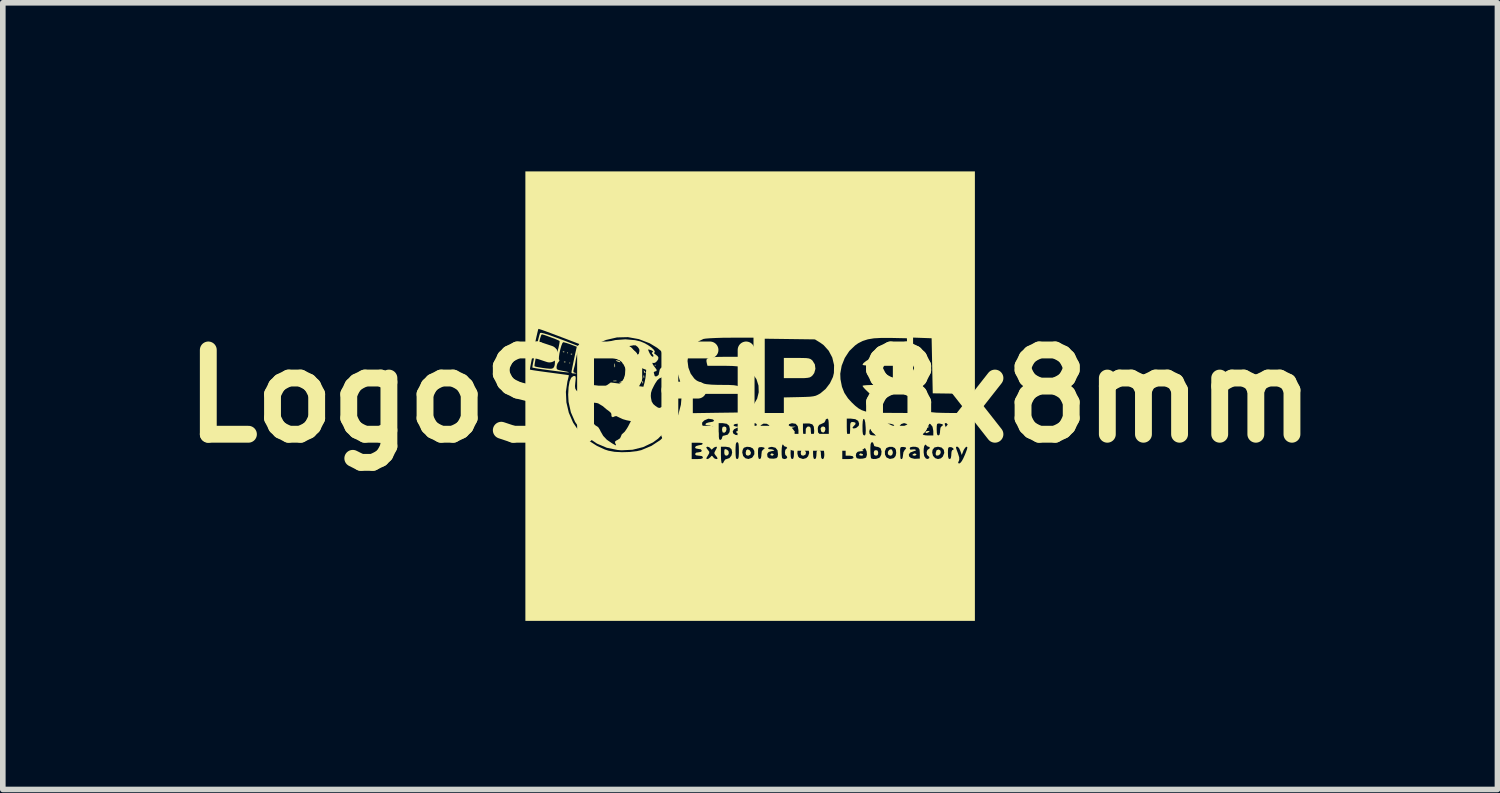
<source format=kicad_pcb>
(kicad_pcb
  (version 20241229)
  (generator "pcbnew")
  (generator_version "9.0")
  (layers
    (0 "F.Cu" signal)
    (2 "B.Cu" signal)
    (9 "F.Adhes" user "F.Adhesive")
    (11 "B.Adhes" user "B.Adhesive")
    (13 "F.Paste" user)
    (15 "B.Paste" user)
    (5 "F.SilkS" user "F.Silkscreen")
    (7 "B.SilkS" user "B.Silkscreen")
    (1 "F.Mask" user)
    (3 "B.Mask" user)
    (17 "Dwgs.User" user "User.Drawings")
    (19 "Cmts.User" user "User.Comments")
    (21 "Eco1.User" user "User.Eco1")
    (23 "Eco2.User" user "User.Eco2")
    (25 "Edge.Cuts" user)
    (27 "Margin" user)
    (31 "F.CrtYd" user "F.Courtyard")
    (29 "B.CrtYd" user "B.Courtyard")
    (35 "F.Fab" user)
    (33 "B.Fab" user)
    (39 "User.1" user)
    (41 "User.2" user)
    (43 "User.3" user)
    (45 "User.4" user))
  (footprint "LogoSPEL_8x8mm"
    (layer "F.Cu")
    (at 10.3 4)
    (property "Reference" "LogoSPEL_8x8mm" (at 0 0 0) (layer "F.SilkS") (effects (font (size 1.5 1.5) (thickness 0.3))))
    (attr board_only exclude_from_pos_files exclude_from_bom)
    (fp_poly (pts (xy -3.52 -0.85) (xy -3.53 -0.84) (xy -3.54 -0.85) (xy -3.53 -0.86)) (stroke (width 0) (type solid)) (fill yes) (layer "F.SilkS"))
    (fp_poly (pts (xy -3.24 -0.77) (xy -3.25 -0.76) (xy -3.26 -0.77) (xy -3.25 -0.78)) (stroke (width 0) (type solid)) (fill yes) (layer "F.SilkS"))
    (fp_poly (pts (xy -3.2 -0.59) (xy -3.21 -0.58) (xy -3.22 -0.59) (xy -3.21 -0.6)) (stroke (width 0) (type solid)) (fill yes) (layer "F.SilkS"))
    (fp_poly (pts (xy -3.02 -0.55) (xy -3.03 -0.54) (xy -3.04 -0.55) (xy -3.03 -0.56)) (stroke (width 0) (type solid)) (fill yes) (layer "F.SilkS"))
    (fp_poly (pts (xy -2.96 -0.69) (xy -2.97 -0.68) (xy -2.98 -0.69) (xy -2.97 -0.7)) (stroke (width 0) (type solid)) (fill yes) (layer "F.SilkS"))
    (fp_poly (pts (xy -1.92 -0.47) (xy -1.93 -0.46) (xy -1.94 -0.47) (xy -1.93 -0.48)) (stroke (width 0) (type solid)) (fill yes) (layer "F.SilkS"))
    (fp_poly (pts (xy -1.68 -0.55) (xy -1.69 -0.54) (xy -1.7 -0.55) (xy -1.69 -0.56)) (stroke (width 0) (type solid)) (fill yes) (layer "F.SilkS"))
    (fp_poly (pts (xy -1.54 -0.67) (xy -1.55 -0.66) (xy -1.56 -0.67) (xy -1.55 -0.68)) (stroke (width 0) (type solid)) (fill yes) (layer "F.SilkS"))
    (fp_poly (pts (xy -3.725 -0.712) (xy -3.731 -0.703) (xy -3.752 -0.702) (xy -3.773 -0.706) (xy -3.764 -0.714) (xy -3.732 -0.716)) (stroke (width 0) (type solid)) (fill yes) (layer "F.SilkS"))
    (fp_poly (pts (xy -3.647 -0.893) (xy -3.649 -0.881) (xy -3.66 -0.88) (xy -3.676 -0.887) (xy -3.673 -0.893) (xy -3.65 -0.896)) (stroke (width 0) (type solid)) (fill yes) (layer "F.SilkS"))
    (fp_poly (pts (xy -3.647 -0.693) (xy -3.649 -0.681) (xy -3.66 -0.68) (xy -3.676 -0.687) (xy -3.673 -0.693) (xy -3.65 -0.696)) (stroke (width 0) (type solid)) (fill yes) (layer "F.SilkS"))
    (fp_poly (pts (xy -3.587 -0.873) (xy -3.589 -0.861) (xy -3.6 -0.86) (xy -3.616 -0.867) (xy -3.613 -0.873) (xy -3.59 -0.876)) (stroke (width 0) (type solid)) (fill yes) (layer "F.SilkS"))
    (fp_poly (pts (xy -3.545 -0.672) (xy -3.551 -0.663) (xy -3.572 -0.662) (xy -3.593 -0.666) (xy -3.584 -0.674) (xy -3.552 -0.676)) (stroke (width 0) (type solid)) (fill yes) (layer "F.SilkS"))
    (fp_poly (pts (xy -3.447 -0.833) (xy -3.449 -0.821) (xy -3.46 -0.82) (xy -3.476 -0.827) (xy -3.473 -0.833) (xy -3.45 -0.836)) (stroke (width 0) (type solid)) (fill yes) (layer "F.SilkS"))
    (fp_poly (pts (xy -3.307 -0.793) (xy -3.309 -0.781) (xy -3.32 -0.78) (xy -3.336 -0.787) (xy -3.333 -0.793) (xy -3.31 -0.796)) (stroke (width 0) (type solid)) (fill yes) (layer "F.SilkS"))
    (fp_poly (pts (xy -3.287 -0.613) (xy -3.289 -0.601) (xy -3.3 -0.6) (xy -3.316 -0.607) (xy -3.313 -0.613) (xy -3.29 -0.616)) (stroke (width 0) (type solid)) (fill yes) (layer "F.SilkS"))
    (fp_poly (pts (xy -3.167 -0.753) (xy -3.169 -0.741) (xy -3.18 -0.74) (xy -3.196 -0.747) (xy -3.193 -0.753) (xy -3.17 -0.756)) (stroke (width 0) (type solid)) (fill yes) (layer "F.SilkS"))
    (fp_poly (pts (xy -3.027 -0.713) (xy -3.029 -0.701) (xy -3.04 -0.7) (xy -3.056 -0.707) (xy -3.053 -0.713) (xy -3.03 -0.716)) (stroke (width 0) (type solid)) (fill yes) (layer "F.SilkS"))
    (fp_poly (pts (xy -2.965 -0.392) (xy -2.971 -0.383) (xy -2.992 -0.382) (xy -3.013 -0.386) (xy -3.004 -0.394) (xy -2.972 -0.396)) (stroke (width 0) (type solid)) (fill yes) (layer "F.SilkS"))
    (fp_poly (pts (xy -2.247 -0.593) (xy -2.249 -0.581) (xy -2.26 -0.58) (xy -2.276 -0.587) (xy -2.273 -0.593) (xy -2.25 -0.596)) (stroke (width 0) (type solid)) (fill yes) (layer "F.SilkS"))
    (fp_poly (pts (xy -2.125 -0.232) (xy -2.131 -0.223) (xy -2.152 -0.222) (xy -2.173 -0.226) (xy -2.164 -0.234) (xy -2.132 -0.236)) (stroke (width 0) (type solid)) (fill yes) (layer "F.SilkS"))
    (fp_poly (pts (xy -2.087 -0.533) (xy -2.089 -0.521) (xy -2.1 -0.52) (xy -2.116 -0.527) (xy -2.113 -0.533) (xy -2.09 -0.536)) (stroke (width 0) (type solid)) (fill yes) (layer "F.SilkS"))
    (fp_poly (pts (xy -1.906 -0.264) (xy -1.904 -0.232) (xy -1.908 -0.225) (xy -1.917 -0.231) (xy -1.918 -0.252) (xy -1.914 -0.273)) (stroke (width 0) (type solid)) (fill yes) (layer "F.SilkS"))
    (fp_poly (pts (xy -1.886 -0.364) (xy -1.884 -0.332) (xy -1.888 -0.325) (xy -1.897 -0.331) (xy -1.898 -0.352) (xy -1.894 -0.373)) (stroke (width 0) (type solid)) (fill yes) (layer "F.SilkS"))
    (fp_poly (pts (xy -1.88 -0.448) (xy -1.878 -0.445) (xy -1.862 -0.419) (xy -1.864 -0.409) (xy -1.879 -0.415) (xy -1.889 -0.434) (xy -1.895 -0.458)) (stroke (width 0) (type solid)) (fill yes) (layer "F.SilkS"))
    (fp_poly (pts (xy 0.794 0.631) (xy 0.786 0.647) (xy 0.754 0.659) (xy 0.731 0.642) (xy 0.737 0.621) (xy 0.749 0.613) (xy 0.78 0.613)) (stroke (width 0) (type solid)) (fill yes) (layer "F.SilkS"))
    (fp_poly (pts (xy -2.407 -0.578) (xy -2.406 -0.575) (xy -2.403 -0.531) (xy -2.407 -0.515) (xy -2.413 -0.514) (xy -2.416 -0.545) (xy -2.416 -0.55) (xy -2.413 -0.581)) (stroke (width 0) (type solid)) (fill yes) (layer "F.SilkS"))
    (fp_poly (pts (xy -2.375 -0.273) (xy -2.374 -0.267) (xy -2.405 -0.264) (xy -2.41 -0.264) (xy -2.441 -0.267) (xy -2.438 -0.273) (xy -2.435 -0.274) (xy -2.391 -0.277)) (stroke (width 0) (type solid)) (fill yes) (layer "F.SilkS"))
    (fp_poly (pts (xy -2.337 -0.629) (xy -2.32 -0.62) (xy -2.304 -0.605) (xy -2.319 -0.603) (xy -2.356 -0.614) (xy -2.37 -0.62) (xy -2.393 -0.634) (xy -2.38 -0.638)) (stroke (width 0) (type solid)) (fill yes) (layer "F.SilkS"))
    (fp_poly (pts (xy -2.032 -0.305) (xy -2.036 -0.272) (xy -2.05 -0.241) (xy -2.06 -0.23) (xy -2.067 -0.24) (xy -2.065 -0.271) (xy -2.052 -0.308) (xy -2.04 -0.32)) (stroke (width 0) (type solid)) (fill yes) (layer "F.SilkS"))
    (fp_poly (pts (xy -0.171 0.623) (xy -0.171 0.633) (xy -0.18 0.64) (xy -0.22 0.658) (xy -0.245 0.647) (xy -0.25 0.64) (xy -0.243 0.626) (xy -0.206 0.62)) (stroke (width 0) (type solid)) (fill yes) (layer "F.SilkS"))
    (fp_poly (pts (xy 0.292 0.548) (xy 0.3 0.56) (xy 0.283 0.576) (xy 0.26 0.58) (xy 0.228 0.572) (xy 0.22 0.56) (xy 0.237 0.544) (xy 0.26 0.54)) (stroke (width 0) (type solid)) (fill yes) (layer "F.SilkS"))
    (fp_poly (pts (xy 0.417 1.031) (xy 0.42 1.04) (xy 0.404 1.058) (xy 0.39 1.06) (xy 0.363 1.049) (xy 0.36 1.04) (xy 0.376 1.022) (xy 0.39 1.02)) (stroke (width 0) (type solid)) (fill yes) (layer "F.SilkS"))
    (fp_poly (pts (xy 2.003 1.032) (xy 2.01 1.04) (xy 2.004 1.056) (xy 1.981 1.06) (xy 1.948 1.052) (xy 1.94 1.04) (xy 1.956 1.022) (xy 1.969 1.02)) (stroke (width 0) (type solid)) (fill yes) (layer "F.SilkS"))
    (fp_poly (pts (xy 2.254 0.623) (xy 2.247 0.635) (xy 2.24 0.64) (xy 2.199 0.659) (xy 2.181 0.647) (xy 2.18 0.64) (xy 2.197 0.625) (xy 2.225 0.62)) (stroke (width 0) (type solid)) (fill yes) (layer "F.SilkS"))
    (fp_poly (pts (xy 2.271 0.972) (xy 2.28 1.01) (xy 2.271 1.049) (xy 2.24 1.06) (xy 2.209 1.048) (xy 2.2 1.01) (xy 2.209 0.971) (xy 2.24 0.96)) (stroke (width 0) (type solid)) (fill yes) (layer "F.SilkS"))
    (fp_poly (pts (xy 2.772 0.548) (xy 2.78 0.56) (xy 2.763 0.576) (xy 2.74 0.58) (xy 2.708 0.572) (xy 2.7 0.56) (xy 2.717 0.544) (xy 2.74 0.54)) (stroke (width 0) (type solid)) (fill yes) (layer "F.SilkS"))
    (fp_poly (pts (xy 2.957 1.031) (xy 2.96 1.04) (xy 2.943 1.056) (xy 2.919 1.06) (xy 2.891 1.052) (xy 2.89 1.04) (xy 2.919 1.022) (xy 2.931 1.02)) (stroke (width 0) (type solid)) (fill yes) (layer "F.SilkS"))
    (fp_poly (pts (xy 3.194 0.623) (xy 3.187 0.635) (xy 3.18 0.64) (xy 3.139 0.659) (xy 3.121 0.647) (xy 3.12 0.64) (xy 3.137 0.625) (xy 3.165 0.62)) (stroke (width 0) (type solid)) (fill yes) (layer "F.SilkS"))
    (fp_poly (pts (xy 1.332 0.553) (xy 1.34 0.588) (xy 1.328 0.63) (xy 1.302 0.649) (xy 1.273 0.638) (xy 1.263 0.624) (xy 1.253 0.577) (xy 1.273 0.546) (xy 1.302 0.54)) (stroke (width 0) (type solid)) (fill yes) (layer "F.SilkS"))
    (fp_poly (pts (xy -1.451 -0.601) (xy -1.446 -0.595) (xy -1.436 -0.558) (xy -1.44 -0.52) (xy -1.449 -0.489) (xy -1.457 -0.491) (xy -1.467 -0.529) (xy -1.469 -0.536) (xy -1.477 -0.591) (xy -1.471 -0.613)) (stroke (width 0) (type solid)) (fill yes) (layer "F.SilkS"))
    (fp_poly (pts (xy -0.428 0.552) (xy -0.42 0.588) (xy -0.431 0.628) (xy -0.457 0.651) (xy -0.486 0.647) (xy -0.488 0.645) (xy -0.497 0.618) (xy -0.5 0.587) (xy -0.489 0.549) (xy -0.46 0.54)) (stroke (width 0) (type solid)) (fill yes) (layer "F.SilkS"))
    (fp_poly (pts (xy -0.006 0.965) (xy -0.005 0.966) (xy 0.015 1.006) (xy 0.004 1.042) (xy -0.034 1.06) (xy -0.039 1.06) (xy -0.071 1.048) (xy -0.08 1.011) (xy -0.069 0.963) (xy -0.043 0.946)) (stroke (width 0) (type solid)) (fill yes) (layer "F.SilkS"))
    (fp_poly (pts (xy 0.974 0.965) (xy 0.975 0.966) (xy 0.995 1.006) (xy 0.984 1.042) (xy 0.946 1.06) (xy 0.941 1.06) (xy 0.909 1.048) (xy 0.9 1.011) (xy 0.911 0.963) (xy 0.937 0.946)) (stroke (width 0) (type solid)) (fill yes) (layer "F.SilkS"))
    (fp_poly (pts (xy 2.518 0.949) (xy 2.535 0.977) (xy 2.54 1.011) (xy 2.526 1.049) (xy 2.495 1.061) (xy 2.463 1.046) (xy 2.451 1.026) (xy 2.453 0.99) (xy 2.474 0.958) (xy 2.505 0.945)) (stroke (width 0) (type solid)) (fill yes) (layer "F.SilkS"))
    (fp_poly (pts (xy -0.416 0.951) (xy -0.412 0.952) (xy -0.385 0.978) (xy -0.379 1.016) (xy -0.393 1.049) (xy -0.42 1.06) (xy -0.449 1.051) (xy -0.46 1.015) (xy -0.46 1) (xy -0.458 0.956) (xy -0.446 0.942)) (stroke (width 0) (type solid)) (fill yes) (layer "F.SilkS"))
    (fp_poly (pts (xy 3.383 0.964) (xy 3.393 0.996) (xy 3.383 1.031) (xy 3.353 1.054) (xy 3.344 1.057) (xy 3.311 1.056) (xy 3.302 1.033) (xy 3.304 1.007) (xy 3.318 0.963) (xy 3.35 0.95) (xy 3.35 0.95)) (stroke (width 0) (type solid)) (fill yes) (layer "F.SilkS"))
    (fp_poly (pts (xy -2.015 -0.507) (xy -1.999 -0.49) (xy -2 -0.459) (xy -2.014 -0.41) (xy -2.04 -0.33) (xy -2.028 -0.415) (xy -2.024 -0.473) (xy -2.034 -0.498) (xy -2.042 -0.5) (xy -2.057 -0.507) (xy -2.055 -0.512) (xy -2.03 -0.513)) (stroke (width 0) (type solid)) (fill yes) (layer "F.SilkS"))
    (fp_poly (pts (xy 0.931 -0.679) (xy 0.999 -0.677) (xy 1.044 -0.671) (xy 1.075 -0.66) (xy 1.098 -0.643) (xy 1.111 -0.631) (xy 1.152 -0.564) (xy 1.162 -0.486) (xy 1.141 -0.411) (xy 1.111 -0.369) (xy 1.087 -0.348) (xy 1.062 -0.334) (xy 1.025 -0.326) (xy 0.97 -0.321) (xy 0.888 -0.32) (xy 0.831 -0.32) (xy 0.6 -0.32) (xy 0.6 -0.5) (xy 0.6 -0.68) (xy 0.831 -0.68)) (stroke (width 0) (type solid)) (fill yes) (layer "F.SilkS"))
    (fp_poly (pts (xy -2.186 -0.574) (xy -2.16 -0.56) (xy -2.145 -0.544) (xy -2.151 -0.54) (xy -2.164 -0.522) (xy -2.181 -0.476) (xy -2.198 -0.413) (xy -2.214 -0.344) (xy -2.223 -0.281) (xy -2.225 -0.265) (xy -2.244 -0.247) (xy -2.288 -0.242) (xy -2.328 -0.244) (xy -2.33 -0.249) (xy -2.301 -0.258) (xy -2.272 -0.273) (xy -2.251 -0.304) (xy -2.232 -0.363) (xy -2.226 -0.391) (xy -2.212 -0.46) (xy -2.206 -0.518) (xy -2.207 -0.545) (xy -2.208 -0.575)) (stroke (width 0) (type solid)) (fill yes) (layer "F.SilkS"))
    (fp_poly (pts (xy -2.844 -0.816) (xy -2.836 -0.809) (xy -2.836 -0.787) (xy -2.843 -0.735) (xy -2.855 -0.665) (xy -2.871 -0.587) (xy -2.888 -0.51) (xy -2.904 -0.445) (xy -2.918 -0.401) (xy -2.923 -0.39) (xy -2.928 -0.398) (xy -2.923 -0.434) (xy -2.921 -0.447) (xy -2.913 -0.497) (xy -2.923 -0.52) (xy -2.937 -0.527) (xy -2.959 -0.534) (xy -2.942 -0.537) (xy -2.936 -0.538) (xy -2.912 -0.553) (xy -2.892 -0.6) (xy -2.88 -0.651) (xy -2.869 -0.717) (xy -2.865 -0.77) (xy -2.868 -0.791) (xy -2.866 -0.817)) (stroke (width 0) (type solid)) (fill yes) (layer "F.SilkS"))
    (fp_poly (pts (xy -3.665 -1.115) (xy -3.581 -1.089) (xy -3.464 -1.047) (xy -3.312 -0.99) (xy -3.193 -0.944) (xy -3.088 -0.903) (xy -3.002 -0.868) (xy -2.941 -0.843) (xy -2.91 -0.828) (xy -2.907 -0.826) (xy -2.929 -0.827) (xy -2.969 -0.839) (xy -3.014 -0.854) (xy -3.04 -0.86) (xy -3.052 -0.842) (xy -3.068 -0.794) (xy -3.086 -0.725) (xy -3.103 -0.645) (xy -3.112 -0.59) (xy -3.122 -0.542) (xy -3.137 -0.486) (xy -3.147 -0.442) (xy -3.138 -0.422) (xy -3.113 -0.414) (xy -3.09 -0.408) (xy -3.103 -0.404) (xy -3.125 -0.403) (xy -3.165 -0.406) (xy -3.18 -0.417) (xy -3.176 -0.45) (xy -3.163 -0.517) (xy -3.143 -0.614) (xy -3.117 -0.736) (xy -3.113 -0.755) (xy -3.085 -0.879) (xy -3.193 -0.92) (xy -3.257 -0.942) (xy -3.307 -0.956) (xy -3.327 -0.96) (xy -3.342 -0.942) (xy -3.36 -0.896) (xy -3.378 -0.834) (xy -3.393 -0.766) (xy -3.402 -0.704) (xy -3.404 -0.659) (xy -3.397 -0.643) (xy -3.394 -0.628) (xy -3.407 -0.613) (xy -3.431 -0.577) (xy -3.444 -0.53) (xy -3.445 -0.498) (xy -3.436 -0.478) (xy -3.408 -0.465) (xy -3.351 -0.453) (xy -3.32 -0.447) (xy -3.261 -0.436) (xy -3.229 -0.427) (xy -3.228 -0.422) (xy -3.23 -0.422) (xy -3.264 -0.424) (xy -3.326 -0.43) (xy -3.409 -0.44) (xy -3.504 -0.452) (xy -3.603 -0.465) (xy -3.697 -0.478) (xy -3.779 -0.49) (xy -3.84 -0.501) (xy -3.873 -0.507) (xy -3.875 -0.509) (xy -3.874 -0.53) (xy -3.873 -0.538) (xy -3.838 -0.538) (xy -3.837 -0.532) (xy -3.812 -0.523) (xy -3.76 -0.513) (xy -3.694 -0.502) (xy -3.626 -0.493) (xy -3.569 -0.488) (xy -3.541 -0.487) (xy -3.504 -0.498) (xy -3.484 -0.532) (xy -3.477 -0.56) (xy -3.473 -0.614) (xy -3.484 -0.642) (xy -3.484 -0.642) (xy -3.491 -0.657) (xy -3.48 -0.663) (xy -3.466 -0.684) (xy -3.448 -0.733) (xy -3.427 -0.798) (xy -3.409 -0.867) (xy -3.396 -0.929) (xy -3.39 -0.971) (xy -3.392 -0.982) (xy -3.412 -0.993) (xy -3.459 -1.013) (xy -3.521 -1.037) (xy -3.589 -1.062) (xy -3.65 -1.084) (xy -3.694 -1.097) (xy -3.707 -1.1) (xy -3.719 -1.083) (xy -3.734 -1.039) (xy -3.741 -1.017) (xy -3.753 -0.961) (xy -3.749 -0.93) (xy -3.737 -0.917) (xy -3.722 -0.904) (xy -3.741 -0.9) (xy -3.759 -0.888) (xy -3.776 -0.849) (xy -3.795 -0.778) (xy -3.808 -0.719) (xy -3.823 -0.639) (xy -3.834 -0.576) (xy -3.838 -0.538) (xy -3.873 -0.538) (xy -3.865 -0.582) (xy -3.85 -0.656) (xy -3.831 -0.745) (xy -3.81 -0.84) (xy -3.789 -0.933) (xy -3.769 -1.016) (xy -3.752 -1.081) (xy -3.74 -1.119) (xy -3.737 -1.124) (xy -3.717 -1.127)) (stroke (width 0) (type solid)) (fill yes) (layer "F.SilkS"))
    (fp_poly (pts (xy -2.047 -0.996) (xy -1.954 -0.974) (xy -1.888 -0.947) (xy -1.822 -0.911) (xy -1.763 -0.871) (xy -1.719 -0.831) (xy -1.696 -0.798) (xy -1.702 -0.779) (xy -1.709 -0.761) (xy -1.685 -0.743) (xy -1.647 -0.712) (xy -1.633 -0.69) (xy -1.636 -0.657) (xy -1.66 -0.621) (xy -1.692 -0.594) (xy -1.72 -0.59) (xy -1.721 -0.59) (xy -1.739 -0.594) (xy -1.736 -0.573) (xy -1.715 -0.538) (xy -1.7 -0.52) (xy -1.666 -0.473) (xy -1.665 -0.447) (xy -1.692 -0.44) (xy -1.715 -0.428) (xy -1.712 -0.408) (xy -1.701 -0.371) (xy -1.7 -0.36) (xy -1.684 -0.351) (xy -1.66 -0.354) (xy -1.628 -0.379) (xy -1.62 -0.42) (xy -1.609 -0.471) (xy -1.597 -0.489) (xy -1.552 -0.489) (xy -1.55 -0.48) (xy -1.528 -0.463) (xy -1.506 -0.46) (xy -1.5 -0.468) (xy -1.516 -0.481) (xy -1.531 -0.488) (xy -1.552 -0.489) (xy -1.597 -0.489) (xy -1.588 -0.502) (xy -1.559 -0.517) (xy -1.524 -0.509) (xy -1.501 -0.497) (xy -1.447 -0.477) (xy -1.416 -0.482) (xy -1.388 -0.484) (xy -1.364 -0.45) (xy -1.362 -0.447) (xy -1.349 -0.404) (xy -1.363 -0.372) (xy -1.379 -0.357) (xy -1.418 -0.331) (xy -1.455 -0.337) (xy -1.459 -0.339) (xy -1.507 -0.349) (xy -1.572 -0.335) (xy -1.617 -0.314) (xy -1.653 -0.281) (xy -1.69 -0.225) (xy -1.711 -0.187) (xy -1.747 -0.114) (xy -1.764 -0.058) (xy -1.768 -0.004) (xy -1.765 0.029) (xy -1.752 0.095) (xy -1.724 0.141) (xy -1.687 0.173) (xy -1.639 0.205) (xy -1.607 0.21) (xy -1.593 0.202) (xy -1.558 0.186) (xy -1.5 0.172) (xy -1.473 0.167) (xy -1.38 0.155) (xy -1.38 0.267) (xy -1.399 0.397) (xy -1.451 0.527) (xy -1.533 0.65) (xy -1.639 0.758) (xy -1.73 0.824) (xy -1.904 0.907) (xy -2.092 0.954) (xy -2.291 0.964) (xy -2.36 0.958) (xy -2.551 0.919) (xy -2.725 0.845) (xy -2.879 0.741) (xy -3.01 0.611) (xy -3.115 0.459) (xy -3.19 0.288) (xy -3.231 0.103) (xy -3.235 0.036) (xy -2.965 0.036) (xy -2.929 0.097) (xy -2.906 0.146) (xy -2.907 0.186) (xy -2.916 0.21) (xy -2.934 0.261) (xy -2.94 0.297) (xy -2.927 0.326) (xy -2.893 0.373) (xy -2.847 0.427) (xy -2.798 0.479) (xy -2.754 0.52) (xy -2.723 0.539) (xy -2.72 0.54) (xy -2.7 0.557) (xy -2.674 0.599) (xy -2.662 0.625) (xy -2.615 0.707) (xy -2.55 0.776) (xy -2.46 0.838) (xy -2.41 0.867) (xy -2.387 0.877) (xy -2.387 0.866) (xy -2.399 0.842) (xy -2.407 0.813) (xy -2.387 0.793) (xy -2.36 0.78) (xy -2.315 0.75) (xy -2.3 0.718) (xy -2.284 0.68) (xy -2.262 0.661) (xy -2.232 0.633) (xy -2.196 0.581) (xy -2.173 0.543) (xy -2.122 0.444) (xy -2.196 0.43) (xy -2.265 0.41) (xy -2.33 0.38) (xy -2.332 0.379) (xy -2.381 0.355) (xy -2.411 0.36) (xy -2.415 0.363) (xy -2.445 0.375) (xy -2.468 0.359) (xy -2.468 0.331) (xy -2.475 0.301) (xy -2.51 0.268) (xy -2.561 0.231) (xy -2.615 0.184) (xy -2.621 0.179) (xy -2.704 0.129) (xy -2.775 0.111) (xy -2.843 0.096) (xy -2.901 0.075) (xy -2.917 0.066) (xy -2.965 0.036) (xy -3.235 0.036) (xy -3.238 -0.029) (xy -3.231 -0.161) (xy -3.213 -0.261) (xy -3.185 -0.327) (xy -3.148 -0.356) (xy -3.144 -0.357) (xy -3.118 -0.358) (xy -3.106 -0.347) (xy -3.104 -0.315) (xy -3.11 -0.253) (xy -3.111 -0.247) (xy -3.117 -0.179) (xy -3.113 -0.138) (xy -3.096 -0.106) (xy -3.064 -0.074) (xy -3.005 -0.017) (xy -3.003 -0.028) (xy -2.753 -0.028) (xy -2.75 -0.02) (xy -2.732 -0.001) (xy -2.729 0) (xy -2.72 -0.015) (xy -2.72 -0.02) (xy -2.735 -0.039) (xy -2.741 -0.04) (xy -2.753 -0.028) (xy -3.003 -0.028) (xy -2.996 -0.066) (xy -2.995 -0.09) (xy -2.86 -0.09) (xy -2.85 -0.08) (xy -2.84 -0.09) (xy -2.85 -0.1) (xy -2.86 -0.09) (xy -2.995 -0.09) (xy -2.994 -0.101) (xy -3.014 -0.107) (xy -3.023 -0.105) (xy -3.048 -0.105) (xy -3.05 -0.11) (xy -2.9 -0.11) (xy -2.89 -0.1) (xy -2.88 -0.11) (xy -2.89 -0.12) (xy -2.9 -0.11) (xy -3.05 -0.11) (xy -3.059 -0.13) (xy -3.06 -0.164) (xy -3.053 -0.217) (xy -3.037 -0.255) (xy -3.036 -0.256) (xy -3.002 -0.275) (xy -2.965 -0.279) (xy -2.942 -0.268) (xy -2.94 -0.26) (xy -2.923 -0.241) (xy -2.89 -0.228) (xy -2.852 -0.207) (xy -2.84 -0.183) (xy -2.836 -0.162) (xy -2.822 -0.178) (xy -2.805 -0.193) (xy -2.773 -0.194) (xy -2.716 -0.184) (xy -2.703 -0.181) (xy -2.64 -0.168) (xy -2.6 -0.168) (xy -2.564 -0.184) (xy -2.541 -0.2) (xy -2.48 -0.243) (xy -2.19 -0.205) (xy -1.9 -0.167) (xy -1.879 -0.242) (xy -1.864 -0.316) (xy -1.855 -0.39) (xy -1.855 -0.393) (xy -1.85 -0.468) (xy -2.1 -0.565) (xy -2.198 -0.602) (xy -2.287 -0.634) (xy -2.359 -0.657) (xy -2.403 -0.669) (xy -2.407 -0.67) (xy -2.459 -0.681) (xy -2.472 -0.693) (xy -2.444 -0.708) (xy -2.424 -0.714) (xy -2.385 -0.728) (xy -2.381 -0.741) (xy -2.312 -0.741) (xy -2.308 -0.702) (xy -2.288 -0.693) (xy -2.277 -0.695) (xy -2.246 -0.715) (xy -2.24 -0.732) (xy -2.256 -0.763) (xy -2.275 -0.777) (xy -2.3 -0.784) (xy -2.31 -0.763) (xy -2.312 -0.741) (xy -2.381 -0.741) (xy -2.38 -0.743) (xy -2.392 -0.756) (xy -2.415 -0.768) (xy -2.42 -0.761) (xy -2.437 -0.746) (xy -2.481 -0.741) (xy -2.539 -0.745) (xy -2.575 -0.753) (xy -2.605 -0.768) (xy -2.609 -0.782) (xy -2.614 -0.798) (xy -2.626 -0.8) (xy -2.51 -0.8) (xy -2.509 -0.782) (xy -2.502 -0.78) (xy -2.474 -0.795) (xy -2.47 -0.8) (xy -2.471 -0.818) (xy -2.478 -0.82) (xy -2.506 -0.805) (xy -2.51 -0.8) (xy -2.626 -0.8) (xy -2.663 -0.814) (xy -2.679 -0.828) (xy -2.718 -0.848) (xy -2.756 -0.847) (xy -2.791 -0.843) (xy -2.796 -0.848) (xy -2.793 -0.85) (xy -2.44 -0.85) (xy -2.43 -0.84) (xy -2.42 -0.85) (xy -2.43 -0.86) (xy -2.44 -0.85) (xy -2.793 -0.85) (xy -2.77 -0.866) (xy -2.744 -0.881) (xy -2.24 -0.881) (xy -2.228 -0.867) (xy -2.219 -0.871) (xy -2.191 -0.869) (xy -2.165 -0.837) (xy -2.146 -0.785) (xy -2.141 -0.735) (xy -2.137 -0.687) (xy -2.13 -0.661) (xy -2.127 -0.66) (xy -2.104 -0.67) (xy -2.061 -0.693) (xy -2.047 -0.702) (xy -2.005 -0.732) (xy -1.981 -0.756) (xy -1.98 -0.76) (xy -1.973 -0.792) (xy -1.97 -0.804) (xy -1.973 -0.831) (xy -1.815 -0.831) (xy -1.811 -0.812) (xy -1.793 -0.772) (xy -1.789 -0.763) (xy -1.761 -0.72) (xy -1.736 -0.7) (xy -1.721 -0.708) (xy -1.72 -0.719) (xy -1.735 -0.746) (xy -1.742 -0.751) (xy -1.751 -0.769) (xy -1.738 -0.781) (xy -1.727 -0.797) (xy -1.752 -0.813) (xy -1.76 -0.817) (xy -1.799 -0.829) (xy -1.815 -0.831) (xy -1.973 -0.831) (xy -1.974 -0.837) (xy -1.999 -0.874) (xy -2.037 -0.904) (xy -2.08 -0.905) (xy -2.099 -0.9) (xy -2.155 -0.891) (xy -2.199 -0.894) (xy -2.232 -0.894) (xy -2.24 -0.881) (xy -2.744 -0.881) (xy -2.72 -0.895) (xy -2.569 -0.959) (xy -2.398 -0.998) (xy -2.22 -1.011)) (stroke (width 0) (type solid)) (fill yes) (layer "F.SilkS"))
    (fp_poly (pts (xy 4 0) (xy 4 4) (xy 0 4) (xy -4 4) (xy -4 0) (xy -4 -0.475) (xy -3.919 -0.475) (xy -3.919 -0.473) (xy -3.897 -0.467) (xy -3.842 -0.458) (xy -3.761 -0.446) (xy -3.66 -0.432) (xy -3.57 -0.42) (xy -3.459 -0.405) (xy -3.362 -0.392) (xy -3.287 -0.382) (xy -3.24 -0.375) (xy -3.227 -0.373) (xy -3.229 -0.354) (xy -3.24 -0.307) (xy -3.252 -0.261) (xy -3.279 -0.077) (xy -3.27 0.111) (xy -3.227 0.295) (xy -3.151 0.471) (xy -3.044 0.629) (xy -2.98 0.7) (xy -2.863 0.798) (xy -2.727 0.885) (xy -2.586 0.95) (xy -2.522 0.971) (xy -2.413 0.991) (xy -2.281 0.998) (xy -2.144 0.994) (xy -2.016 0.979) (xy -1.977 0.97) (xy -1.04 0.97) (xy -1.04 1.12) (xy -0.94 1.12) (xy -0.877 1.117) (xy -0.846 1.106) (xy -0.84 1.09) (xy -0.855 1.068) (xy -0.904 1.06) (xy -0.91 1.06) (xy -0.962 1.053) (xy -0.98 1.033) (xy -0.98 1.03) (xy -0.962 1.006) (xy -0.92 1) (xy -0.872 0.991) (xy -0.86 0.97) (xy -0.878 0.946) (xy -0.92 0.94) (xy -0.967 0.931) (xy -0.979 0.913) (xy -0.78 0.913) (xy -0.768 0.937) (xy -0.747 0.963) (xy -0.726 0.992) (xy -0.73 1.019) (xy -0.747 1.049) (xy -0.771 1.088) (xy -0.78 1.109) (xy -0.767 1.121) (xy -0.738 1.112) (xy -0.708 1.087) (xy -0.707 1.085) (xy -0.685 1.061) (xy -0.669 1.069) (xy -0.659 1.085) (xy -0.633 1.11) (xy -0.602 1.121) (xy -0.582 1.114) (xy -0.58 1.107) (xy -0.592 1.083) (xy -0.614 1.056) (xy -0.618 1.05) (xy -0.52 1.05) (xy -0.517 1.134) (xy -0.509 1.185) (xy -0.498 1.2) (xy -0.476 1.183) (xy -0.466 1.16) (xy -0.442 1.127) (xy -0.419 1.12) (xy -0.368 1.102) (xy -0.332 1.056) (xy -0.32 1.003) (xy -0.326 0.97) (xy -0.26 0.97) (xy -0.258 1.049) (xy -0.253 1.096) (xy -0.242 1.117) (xy -0.23 1.12) (xy -0.214 1.112) (xy -0.205 1.084) (xy -0.201 1.028) (xy -0.2 1.003) (xy -0.14 1.003) (xy -0.124 1.066) (xy -0.084 1.106) (xy -0.03 1.119) (xy 0.028 1.099) (xy 0.043 1.087) (xy 0.075 1.035) (xy 0.075 1.013) (xy 0.14 1.013) (xy 0.143 1.079) (xy 0.153 1.112) (xy 0.17 1.12) (xy 0.191 1.106) (xy 0.2 1.062) (xy 0.2 1.042) (xy 0.201 1.038) (xy 0.303 1.038) (xy 0.31 1.085) (xy 0.347 1.11) (xy 0.416 1.113) (xy 0.42 1.113) (xy 0.468 1.104) (xy 0.489 1.082) (xy 0.496 1.035) (xy 0.49 0.981) (xy 0.56 0.981) (xy 0.561 1.04) (xy 0.566 1.087) (xy 0.573 1.107) (xy 0.606 1.12) (xy 0.641 1.114) (xy 0.66 1.093) (xy 0.66 1.09) (xy 0.649 1.063) (xy 0.64 1.06) (xy 0.626 1.043) (xy 0.621 1.01) (xy 0.72 1.01) (xy 0.723 1.076) (xy 0.732 1.11) (xy 0.75 1.12) (xy 0.768 1.11) (xy 0.777 1.075) (xy 0.78 1.022) (xy 0.841 1.022) (xy 0.854 1.073) (xy 0.875 1.098) (xy 0.941 1.119) (xy 0.999 1.103) (xy 1.031 1.071) (xy 1.051 1.014) (xy 1.043 0.956) (xy 1.012 0.915) (xy 0.987 0.908) (xy 1.12 0.908) (xy 1.12 1.014) (xy 1.123 1.079) (xy 1.133 1.112) (xy 1.15 1.12) (xy 1.171 1.107) (xy 1.179 1.063) (xy 1.18 1.04) (xy 1.183 0.988) (xy 1.197 0.965) (xy 1.22 0.96) (xy 1.246 0.967) (xy 1.258 0.994) (xy 1.26 1.04) (xy 1.265 1.096) (xy 1.281 1.119) (xy 1.29 1.12) (xy 1.31 1.108) (xy 1.319 1.067) (xy 1.32 1.032) (xy 1.314 0.97) (xy 1.64 0.97) (xy 1.64 1.12) (xy 1.74 1.12) (xy 1.803 1.117) (xy 1.834 1.106) (xy 1.84 1.09) (xy 1.825 1.068) (xy 1.777 1.06) (xy 1.881 1.06) (xy 1.892 1.097) (xy 1.905 1.107) (xy 1.949 1.115) (xy 2.003 1.112) (xy 2.049 1.101) (xy 2.065 1.09) (xy 2.079 1.043) (xy 2.074 0.984) (xy 2.062 0.957) (xy 2.14 0.957) (xy 2.142 1.027) (xy 2.147 1.081) (xy 2.153 1.107) (xy 2.153 1.107) (xy 2.189 1.119) (xy 2.242 1.117) (xy 2.291 1.101) (xy 2.309 1.089) (xy 2.333 1.042) (xy 2.339 0.983) (xy 2.338 0.981) (xy 2.398 0.981) (xy 2.4 1.04) (xy 2.424 1.087) (xy 2.431 1.093) (xy 2.486 1.118) (xy 2.545 1.107) (xy 2.561 1.099) (xy 2.589 1.065) (xy 2.6 1.011) (xy 2.594 0.956) (xy 2.592 0.952) (xy 2.669 0.952) (xy 2.67 1.006) (xy 2.673 1.071) (xy 2.676 1.105) (xy 2.683 1.118) (xy 2.695 1.12) (xy 2.7 1.12) (xy 2.713 1.102) (xy 2.72 1.06) (xy 2.72 1.052) (xy 2.723 1.035) (xy 2.825 1.035) (xy 2.828 1.071) (xy 2.861 1.1) (xy 2.921 1.115) (xy 2.942 1.115) (xy 3.02 1.111) (xy 3.02 1.018) (xy 3.019 0.999) (xy 3.088 0.999) (xy 3.096 1.057) (xy 3.102 1.075) (xy 3.129 1.111) (xy 3.164 1.119) (xy 3.19 1.1) (xy 3.186 1.077) (xy 3.171 1.068) (xy 3.147 1.041) (xy 3.142 1.003) (xy 3.24 1.003) (xy 3.255 1.063) (xy 3.293 1.104) (xy 3.343 1.12) (xy 3.395 1.107) (xy 3.429 1.076) (xy 3.455 1.012) (xy 3.52 1.012) (xy 3.523 1.078) (xy 3.533 1.111) (xy 3.55 1.12) (xy 3.571 1.107) (xy 3.579 1.063) (xy 3.58 1.04) (xy 3.584 0.99) (xy 3.596 0.962) (xy 3.6 0.96) (xy 3.621 0.951) (xy 3.617 0.931) (xy 3.593 0.913) (xy 3.587 0.911) (xy 3.663 0.911) (xy 3.669 0.938) (xy 3.688 0.99) (xy 3.698 1.016) (xy 3.721 1.09) (xy 3.721 1.136) (xy 3.719 1.142) (xy 3.701 1.182) (xy 3.714 1.2) (xy 3.72 1.2) (xy 3.744 1.185) (xy 3.768 1.155) (xy 3.792 1.111) (xy 3.821 1.047) (xy 3.838 1.005) (xy 3.86 0.944) (xy 3.866 0.911) (xy 3.855 0.9) (xy 3.852 0.9) (xy 3.828 0.917) (xy 3.801 0.959) (xy 3.795 0.974) (xy 3.766 1.047) (xy 3.741 0.974) (xy 3.719 0.926) (xy 3.694 0.901) (xy 3.688 0.9) (xy 3.669 0.901) (xy 3.663 0.911) (xy 3.587 0.911) (xy 3.57 0.907) (xy 3.541 0.908) (xy 3.526 0.922) (xy 3.521 0.959) (xy 3.52 1.012) (xy 3.455 1.012) (xy 3.456 1.012) (xy 3.447 0.955) (xy 3.408 0.915) (xy 3.343 0.9) (xy 3.343 0.9) (xy 3.28 0.914) (xy 3.247 0.955) (xy 3.24 1.003) (xy 3.142 1.003) (xy 3.141 0.998) (xy 3.154 0.96) (xy 3.17 0.947) (xy 3.196 0.928) (xy 3.2 0.918) (xy 3.184 0.902) (xy 3.17 0.9) (xy 3.143 0.888) (xy 3.14 0.878) (xy 3.126 0.864) (xy 3.115 0.865) (xy 3.098 0.889) (xy 3.089 0.939) (xy 3.088 0.999) (xy 3.019 0.999) (xy 3.015 0.952) (xy 2.993 0.917) (xy 2.947 0.902) (xy 2.898 0.9) (xy 2.852 0.909) (xy 2.84 0.931) (xy 2.851 0.953) (xy 2.88 0.95) (xy 2.924 0.947) (xy 2.945 0.953) (xy 2.95 0.968) (xy 2.914 0.979) (xy 2.912 0.98) (xy 2.852 1.002) (xy 2.825 1.035) (xy 2.723 1.035) (xy 2.728 0.999) (xy 2.749 0.961) (xy 2.75 0.96) (xy 2.777 0.929) (xy 2.767 0.911) (xy 2.723 0.904) (xy 2.69 0.906) (xy 2.674 0.918) (xy 2.669 0.952) (xy 2.592 0.952) (xy 2.576 0.924) (xy 2.532 0.903) (xy 2.475 0.903) (xy 2.428 0.922) (xy 2.42 0.93) (xy 2.398 0.981) (xy 2.338 0.981) (xy 2.323 0.933) (xy 2.316 0.924) (xy 2.278 0.905) (xy 2.246 0.9) (xy 2.209 0.889) (xy 2.2 0.86) (xy 2.187 0.827) (xy 2.17 0.82) (xy 2.154 0.828) (xy 2.144 0.858) (xy 2.14 0.918) (xy 2.14 0.957) (xy 2.062 0.957) (xy 2.052 0.935) (xy 2.047 0.93) (xy 2.014 0.913) (xy 1.969 0.905) (xy 1.926 0.906) (xy 1.899 0.918) (xy 1.896 0.93) (xy 1.918 0.945) (xy 1.931 0.944) (xy 1.972 0.949) (xy 1.995 0.958) (xy 2.017 0.974) (xy 2.003 0.979) (xy 1.987 0.979) (xy 1.936 0.985) (xy 1.912 0.992) (xy 1.888 1.019) (xy 1.881 1.06) (xy 1.777 1.06) (xy 1.776 1.06) (xy 1.77 1.06) (xy 1.7 1.06) (xy 1.7 0.94) (xy 1.698 0.87) (xy 1.69 0.833) (xy 1.674 0.82) (xy 1.67 0.82) (xy 1.654 0.828) (xy 1.645 0.856) (xy 1.641 0.912) (xy 1.64 0.97) (xy 1.314 0.97) (xy 1.313 0.962) (xy 1.287 0.922) (xy 1.235 0.907) (xy 1.195 0.906) (xy 1.12 0.908) (xy 0.987 0.908) (xy 0.966 0.902) (xy 0.91 0.904) (xy 0.867 0.921) (xy 0.864 0.924) (xy 0.844 0.966) (xy 0.841 1.022) (xy 0.78 1.022) (xy 0.78 1.01) (xy 0.777 0.944) (xy 0.768 0.91) (xy 0.75 0.9) (xy 0.732 0.91) (xy 0.723 0.945) (xy 0.72 1.01) (xy 0.621 1.01) (xy 0.62 1.001) (xy 0.62 1) (xy 0.626 0.958) (xy 0.64 0.94) (xy 0.64 0.94) (xy 0.659 0.925) (xy 0.66 0.92) (xy 0.644 0.902) (xy 0.63 0.9) (xy 0.603 0.889) (xy 0.6 0.88) (xy 0.585 0.861) (xy 0.58 0.86) (xy 0.57 0.878) (xy 0.563 0.922) (xy 0.56 0.981) (xy 0.49 0.981) (xy 0.488 0.964) (xy 0.452 0.919) (xy 0.39 0.903) (xy 0.372 0.904) (xy 0.332 0.914) (xy 0.317 0.929) (xy 0.317 0.93) (xy 0.338 0.945) (xy 0.344 0.944) (xy 0.378 0.946) (xy 0.407 0.953) (xy 0.43 0.964) (xy 0.421 0.972) (xy 0.38 0.979) (xy 0.329 0.994) (xy 0.307 1.021) (xy 0.303 1.038) (xy 0.201 1.038) (xy 0.208 0.98) (xy 0.23 0.953) (xy 0.258 0.933) (xy 0.251 0.916) (xy 0.211 0.907) (xy 0.2 0.907) (xy 0.165 0.909) (xy 0.147 0.921) (xy 0.141 0.954) (xy 0.14 1.013) (xy 0.075 1.013) (xy 0.074 0.975) (xy 0.049 0.931) (xy 0.002 0.907) (xy -0.057 0.901) (xy -0.107 0.917) (xy -0.116 0.924) (xy -0.134 0.961) (xy -0.14 1.003) (xy -0.2 1.003) (xy -0.2 0.97) (xy -0.202 0.891) (xy -0.207 0.844) (xy -0.21 0.84) (xy 0.72 0.84) (xy 0.736 0.858) (xy 0.75 0.86) (xy 0.777 0.849) (xy 0.78 0.84) (xy 0.764 0.822) (xy 0.75 0.82) (xy 0.723 0.831) (xy 0.72 0.84) (xy -0.21 0.84) (xy -0.218 0.823) (xy -0.23 0.82) (xy -0.246 0.828) (xy -0.255 0.856) (xy -0.259 0.912) (xy -0.26 0.97) (xy -0.326 0.97) (xy -0.332 0.944) (xy -0.37 0.911) (xy -0.438 0.9) (xy -0.444 0.9) (xy -0.52 0.9) (xy -0.52 1.05) (xy -0.618 1.05) (xy -0.635 1.027) (xy -0.635 1.001) (xy -0.613 0.959) (xy -0.592 0.919) (xy -0.594 0.902) (xy -0.606 0.9) (xy -0.642 0.914) (xy -0.661 0.931) (xy -0.683 0.952) (xy -0.699 0.94) (xy -0.704 0.931) (xy -0.729 0.909) (xy -0.76 0.899) (xy -0.779 0.908) (xy -0.78 0.913) (xy -0.979 0.913) (xy -0.981 0.91) (xy -0.962 0.889) (xy -0.917 0.876) (xy -0.861 0.865) (xy -0.842 0.848) (xy -0.858 0.832) (xy -0.906 0.821) (xy -0.938 0.82) (xy -1.04 0.82) (xy -1.04 0.97) (xy -1.977 0.97) (xy -1.937 0.961) (xy -1.756 0.885) (xy -1.597 0.78) (xy -1.464 0.65) (xy -1.359 0.501) (xy -0.855 0.501) (xy -0.845 0.528) (xy -0.819 0.565) (xy -0.777 0.579) (xy -0.75 0.58) (xy -0.697 0.587) (xy -0.68 0.608) (xy -0.697 0.64) (xy -0.744 0.65) (xy -0.786 0.646) (xy -0.827 0.644) (xy -0.84 0.664) (xy -0.84 0.668) (xy -0.83 0.689) (xy -0.794 0.699) (xy -0.754 0.7) (xy -0.695 0.695) (xy -0.652 0.682) (xy -0.644 0.676) (xy -0.619 0.63) (xy -0.56 0.63) (xy -0.558 0.709) (xy -0.553 0.756) (xy -0.542 0.777) (xy -0.53 0.78) (xy -0.506 0.763) (xy -0.5 0.74) (xy -0.487 0.708) (xy -0.454 0.7) (xy -0.398 0.685) (xy -0.367 0.641) (xy -0.365 0.628) (xy -0.31 0.628) (xy -0.301 0.664) (xy -0.261 0.69) (xy -0.201 0.697) (xy -0.15 0.691) (xy -0.125 0.674) (xy -0.115 0.636) (xy -0.115 0.636) (xy -0.116 0.614) (xy -0.055 0.614) (xy -0.027 0.663) (xy 0.011 0.688) (xy 0.057 0.699) (xy 0.098 0.696) (xy 0.119 0.677) (xy 0.12 0.672) (xy 0.105 0.652) (xy 0.084 0.653) (xy 0.042 0.647) (xy 0.012 0.616) (xy 0.011 0.613) (xy 0.162 0.613) (xy 0.188 0.665) (xy 0.191 0.669) (xy 0.226 0.687) (xy 0.274 0.698) (xy 0.321 0.699) (xy 0.354 0.69) (xy 0.36 0.68) (xy 0.343 0.664) (xy 0.315 0.66) (xy 0.265 0.651) (xy 0.24 0.64) (xy 0.23 0.627) (xy 0.233 0.626) (xy 0.663 0.626) (xy 0.672 0.661) (xy 0.711 0.687) (xy 0.778 0.697) (xy 0.782 0.696) (xy 0.86 0.693) (xy 0.86 0.607) (xy 0.847 0.534) (xy 0.81 0.492) (xy 0.783 0.488) (xy 0.94 0.488) (xy 0.94 0.594) (xy 0.943 0.661) (xy 0.955 0.694) (xy 0.967 0.7) (xy 0.987 0.683) (xy 0.989 0.648) (xy 0.991 0.581) (xy 1.015 0.546) (xy 1.042 0.54) (xy 1.067 0.548) (xy 1.078 0.577) (xy 1.08 0.62) (xy 1.085 0.676) (xy 1.101 0.699) (xy 1.11 0.7) (xy 1.13 0.688) (xy 1.139 0.647) (xy 1.14 0.612) (xy 1.136 0.576) (xy 1.204 0.576) (xy 1.208 0.644) (xy 1.241 0.684) (xy 1.304 0.699) (xy 1.322 0.7) (xy 1.4 0.7) (xy 1.4 0.55) (xy 1.72 0.55) (xy 1.722 0.629) (xy 1.727 0.676) (xy 1.738 0.697) (xy 1.75 0.7) (xy 1.767 0.691) (xy 1.777 0.658) (xy 1.78 0.594) (xy 1.78 0.58) (xy 1.781 0.513) (xy 1.787 0.478) (xy 1.801 0.463) (xy 1.828 0.46) (xy 1.83 0.46) (xy 1.871 0.47) (xy 1.877 0.496) (xy 1.847 0.53) (xy 1.845 0.531) (xy 1.822 0.558) (xy 1.831 0.574) (xy 1.865 0.573) (xy 1.89 0.564) (xy 1.908 0.548) (xy 2 0.548) (xy 2.001 0.628) (xy 2.007 0.674) (xy 2.018 0.696) (xy 2.031 0.7) (xy 2.047 0.693) (xy 2.055 0.668) (xy 2.057 0.627) (xy 2.12 0.627) (xy 2.125 0.669) (xy 2.145 0.691) (xy 2.191 0.699) (xy 2.233 0.7) (xy 2.32 0.7) (xy 2.32 0.621) (xy 2.315 0.594) (xy 2.38 0.594) (xy 2.383 0.659) (xy 2.393 0.692) (xy 2.41 0.7) (xy 2.431 0.687) (xy 2.439 0.643) (xy 2.44 0.62) (xy 2.443 0.568) (xy 2.457 0.545) (xy 2.48 0.54) (xy 2.506 0.547) (xy 2.518 0.574) (xy 2.52 0.62) (xy 2.525 0.676) (xy 2.541 0.699) (xy 2.55 0.7) (xy 2.57 0.688) (xy 2.579 0.648) (xy 2.58 0.611) (xy 2.578 0.593) (xy 2.642 0.593) (xy 2.656 0.648) (xy 2.673 0.67) (xy 2.706 0.687) (xy 2.751 0.696) (xy 2.794 0.694) (xy 2.821 0.682) (xy 2.824 0.67) (xy 2.802 0.657) (xy 2.771 0.656) (xy 2.729 0.653) (xy 2.711 0.641) (xy 2.718 0.626) (xy 2.761 0.62) (xy 2.769 0.62) (xy 2.818 0.616) (xy 2.838 0.598) (xy 2.84 0.581) (xy 2.839 0.577) (xy 2.9 0.577) (xy 2.904 0.632) (xy 2.912 0.668) (xy 2.934 0.691) (xy 2.968 0.7) (xy 2.994 0.694) (xy 3 0.681) (xy 2.985 0.654) (xy 2.98 0.65) (xy 2.967 0.627) (xy 3.06 0.627) (xy 3.065 0.669) (xy 3.085 0.691) (xy 3.131 0.699) (xy 3.173 0.7) (xy 3.26 0.7) (xy 3.26 0.621) (xy 3.255 0.591) (xy 3.32 0.591) (xy 3.323 0.657) (xy 3.332 0.691) (xy 3.35 0.7) (xy 3.371 0.686) (xy 3.38 0.642) (xy 3.38 0.622) (xy 3.388 0.561) (xy 3.412 0.532) (xy 3.413 0.532) (xy 3.435 0.515) (xy 3.42 0.499) (xy 3.382 0.49) (xy 3.463 0.49) (xy 3.468 0.516) (xy 3.487 0.567) (xy 3.501 0.602) (xy 3.525 0.674) (xy 3.527 0.716) (xy 3.521 0.727) (xy 3.502 0.758) (xy 3.508 0.776) (xy 3.525 0.776) (xy 3.546 0.756) (xy 3.577 0.709) (xy 3.612 0.645) (xy 3.615 0.639) (xy 3.652 0.564) (xy 3.672 0.516) (xy 3.677 0.491) (xy 3.668 0.481) (xy 3.653 0.48) (xy 3.629 0.497) (xy 3.603 0.539) (xy 3.596 0.555) (xy 3.567 0.63) (xy 3.542 0.555) (xy 3.52 0.507) (xy 3.495 0.482) (xy 3.488 0.48) (xy 3.47 0.481) (xy 3.463 0.49) (xy 3.382 0.49) (xy 3.374 0.488) (xy 3.37 0.488) (xy 3.341 0.488) (xy 3.326 0.5) (xy 3.321 0.536) (xy 3.32 0.591) (xy 3.255 0.591) (xy 3.246 0.544) (xy 3.208 0.496) (xy 3.15 0.48) (xy 3.092 0.492) (xy 3.069 0.51) (xy 3.08 0.527) (xy 3.119 0.539) (xy 3.146 0.542) (xy 3.185 0.544) (xy 3.188 0.549) (xy 3.155 0.56) (xy 3.115 0.569) (xy 3.072 0.588) (xy 3.06 0.626) (xy 3.06 0.627) (xy 2.967 0.627) (xy 2.965 0.622) (xy 2.96 0.589) (xy 2.967 0.552) (xy 2.98 0.54) (xy 2.998 0.524) (xy 3 0.512) (xy 2.983 0.482) (xy 2.941 0.463) (xy 2.918 0.46) (xy 2.908 0.478) (xy 2.902 0.521) (xy 2.9 0.577) (xy 2.839 0.577) (xy 2.823 0.53) (xy 2.781 0.492) (xy 2.74 0.48) (xy 2.688 0.497) (xy 2.654 0.539) (xy 2.642 0.593) (xy 2.578 0.593) (xy 2.574 0.545) (xy 2.551 0.507) (xy 2.502 0.492) (xy 2.455 0.489) (xy 2.38 0.488) (xy 2.38 0.594) (xy 2.315 0.594) (xy 2.307 0.546) (xy 2.271 0.498) (xy 2.215 0.483) (xy 2.204 0.484) (xy 2.157 0.498) (xy 2.145 0.519) (xy 2.167 0.536) (xy 2.203 0.542) (xy 2.243 0.544) (xy 2.248 0.549) (xy 2.216 0.559) (xy 2.175 0.569) (xy 2.132 0.588) (xy 2.12 0.626) (xy 2.12 0.627) (xy 2.057 0.627) (xy 2.058 0.617) (xy 2.056 0.557) (xy 2.049 0.47) (xy 2.037 0.419) (xy 2.025 0.405) (xy 2.012 0.412) (xy 2.004 0.447) (xy 2 0.514) (xy 2 0.548) (xy 1.908 0.548) (xy 1.932 0.528) (xy 1.94 0.491) (xy 1.923 0.44) (xy 1.872 0.41) (xy 1.791 0.4) (xy 1.72 0.4) (xy 1.72 0.55) (xy 1.4 0.55) (xy 1.398 0.471) (xy 1.393 0.424) (xy 1.382 0.403) (xy 1.37 0.4) (xy 1.345 0.416) (xy 1.34 0.436) (xy 1.321 0.469) (xy 1.275 0.491) (xy 1.228 0.512) (xy 1.208 0.547) (xy 1.204 0.576) (xy 1.136 0.576) (xy 1.133 0.542) (xy 1.107 0.502) (xy 1.055 0.487) (xy 1.015 0.486) (xy 0.94 0.488) (xy 0.783 0.488) (xy 0.749 0.482) (xy 0.736 0.484) (xy 0.693 0.499) (xy 0.686 0.52) (xy 0.712 0.538) (xy 0.743 0.542) (xy 0.81 0.544) (xy 0.744 0.563) (xy 0.686 0.591) (xy 0.663 0.626) (xy 0.233 0.626) (xy 0.254 0.621) (xy 0.286 0.62) (xy 0.336 0.618) (xy 0.356 0.605) (xy 0.357 0.573) (xy 0.356 0.565) (xy 0.336 0.516) (xy 0.296 0.492) (xy 0.239 0.489) (xy 0.194 0.515) (xy 0.166 0.56) (xy 0.162 0.613) (xy 0.011 0.613) (xy 0.005 0.576) (xy 0.007 0.57) (xy 0.034 0.547) (xy 0.069 0.54) (xy 0.11 0.53) (xy 0.12 0.51) (xy 0.104 0.486) (xy 0.065 0.481) (xy 0.016 0.494) (xy -0.016 0.511) (xy -0.053 0.558) (xy -0.055 0.614) (xy -0.116 0.614) (xy -0.117 0.561) (xy -0.148 0.512) (xy -0.206 0.491) (xy -0.219 0.49) (xy -0.271 0.497) (xy -0.295 0.513) (xy -0.288 0.531) (xy -0.248 0.541) (xy -0.237 0.542) (xy -0.17 0.543) (xy -0.228 0.561) (xy -0.287 0.59) (xy -0.31 0.628) (xy -0.365 0.628) (xy -0.36 0.587) (xy -0.374 0.527) (xy -0.416 0.492) (xy -0.491 0.48) (xy -0.499 0.48) (xy -0.56 0.48) (xy -0.56 0.63) (xy -0.619 0.63) (xy -0.618 0.629) (xy -0.625 0.582) (xy -0.662 0.544) (xy -0.721 0.522) (xy -0.75 0.52) (xy -0.789 0.513) (xy -0.796 0.497) (xy -0.775 0.479) (xy -0.731 0.466) (xy -0.713 0.464) (xy -0.66 0.454) (xy -0.641 0.437) (xy -0.657 0.419) (xy -0.672 0.412) (xy -0.745 0.402) (xy -0.812 0.43) (xy -0.822 0.438) (xy -0.853 0.469) (xy -0.855 0.501) (xy -1.359 0.501) (xy -1.357 0.499) (xy -1.279 0.332) (xy -1.232 0.153) (xy -1.216 -0.033) (xy -1.235 -0.223) (xy -1.29 -0.411) (xy -1.332 -0.503) (xy -1.41 -0.625) (xy -1.114 -0.625) (xy -1.099 -0.508) (xy -1.058 -0.4) (xy -0.994 -0.313) (xy -0.962 -0.285) (xy -0.909 -0.252) (xy -0.85 -0.228) (xy -0.777 -0.213) (xy -0.683 -0.204) (xy -0.56 -0.2) (xy -0.499 -0.2) (xy -0.376 -0.199) (xy -0.287 -0.194) (xy -0.229 -0.184) (xy -0.195 -0.166) (xy -0.183 -0.14) (xy -0.185 -0.104) (xy -0.188 -0.09) (xy -0.201 -0.04) (xy -0.61 -0.04) (xy -1.02 -0.04) (xy -1.02 0.131) (xy -1.02 0.303) (xy -0.563 0.296) (xy -0.106 0.29) (xy -0.027 0.235) (xy 0.064 0.149) (xy 0.125 0.045) (xy 0.153 -0.069) (xy 0.149 -0.187) (xy 0.113 -0.301) (xy 0.071 -0.361) (xy 0.26 -0.361) (xy 0.26 0.3) (xy 0.43 0.3) (xy 0.6 0.3) (xy 0.6 0.162) (xy 0.6 0.023) (xy 0.877 0.017) (xy 0.988 0.014) (xy 1.067 0.01) (xy 1.124 0.003) (xy 1.167 -0.007) (xy 1.203 -0.023) (xy 1.243 -0.045) (xy 1.252 -0.051) (xy 1.343 -0.127) (xy 1.42 -0.228) (xy 1.474 -0.341) (xy 1.488 -0.4) (xy 1.604 -0.4) (xy 1.608 -0.301) (xy 1.634 -0.167) (xy 1.677 -0.058) (xy 1.742 0.04) (xy 1.808 0.112) (xy 1.871 0.172) (xy 1.928 0.217) (xy 1.987 0.25) (xy 2.054 0.273) (xy 2.136 0.287) (xy 2.241 0.295) (xy 2.375 0.298) (xy 2.455 0.298) (xy 2.8 0.3) (xy 2.8 0.131) (xy 2.8 -0.037) (xy 2.461 -0.044) (xy 2.123 -0.05) (xy 2.061 -0.109) (xy 2.023 -0.149) (xy 2.002 -0.178) (xy 2 -0.184) (xy 2.019 -0.19) (xy 2.07 -0.195) (xy 2.147 -0.198) (xy 2.242 -0.2) (xy 2.27 -0.2) (xy 2.54 -0.2) (xy 2.54 -0.37) (xy 2.54 -0.53) (xy 2.9 -0.53) (xy 2.9 -0.358) (xy 2.902 -0.222) (xy 2.906 -0.114) (xy 2.914 -0.032) (xy 2.924 0.031) (xy 2.94 0.08) (xy 2.96 0.12) (xy 2.987 0.156) (xy 3.006 0.177) (xy 3.048 0.218) (xy 3.093 0.248) (xy 3.148 0.27) (xy 3.219 0.285) (xy 3.312 0.294) (xy 3.433 0.298) (xy 3.575 0.3) (xy 3.94 0.3) (xy 3.94 0.13) (xy 3.94 -0.039) (xy 3.595 -0.045) (xy 3.25 -0.05) (xy 3.24 -0.54) (xy 3.23 -1.03) (xy 3.065 -1.036) (xy 2.9 -1.042) (xy 2.9 -0.53) (xy 2.54 -0.53) (xy 2.54 -0.54) (xy 2.27 -0.54) (xy 2.171 -0.541) (xy 2.089 -0.544) (xy 2.03 -0.549) (xy 2.001 -0.555) (xy 2 -0.557) (xy 2.017 -0.588) (xy 2.063 -0.625) (xy 2.127 -0.661) (xy 2.145 -0.669) (xy 2.19 -0.683) (xy 2.255 -0.692) (xy 2.344 -0.698) (xy 2.465 -0.7) (xy 2.51 -0.7) (xy 2.802 -0.7) (xy 2.796 -0.865) (xy 2.79 -1.03) (xy 2.5 -1.036) (xy 2.335 -1.036) (xy 2.203 -1.029) (xy 2.095 -1.011) (xy 2.004 -0.982) (xy 1.923 -0.941) (xy 1.869 -0.903) (xy 1.765 -0.803) (xy 1.684 -0.679) (xy 1.629 -0.541) (xy 1.604 -0.4) (xy 1.488 -0.4) (xy 1.491 -0.413) (xy 1.494 -0.552) (xy 1.462 -0.687) (xy 1.398 -0.808) (xy 1.308 -0.908) (xy 1.252 -0.949) (xy 1.153 -1.01) (xy 0.707 -1.016) (xy 0.26 -1.022) (xy 0.26 -0.361) (xy 0.071 -0.361) (xy 0.042 -0.403) (xy 0.033 -0.412) (xy -0.018 -0.458) (xy -0.071 -0.492) (xy -0.134 -0.515) (xy -0.213 -0.529) (xy -0.316 -0.537) (xy -0.45 -0.54) (xy -0.485 -0.54) (xy -0.759 -0.54) (xy -0.772 -0.59) (xy -0.778 -0.625) (xy -0.775 -0.652) (xy -0.758 -0.671) (xy -0.722 -0.685) (xy -0.663 -0.693) (xy -0.577 -0.698) (xy -0.459 -0.7) (xy -0.338 -0.7) (xy 0.06 -0.7) (xy 0.06 -0.87) (xy 0.06 -1.04) (xy -0.345 -1.04) (xy -0.485 -1.039) (xy -0.61 -1.035) (xy -0.715 -1.03) (xy -0.791 -1.024) (xy -0.83 -1.018) (xy -0.915 -0.977) (xy -0.996 -0.908) (xy -1.062 -0.824) (xy -1.1 -0.74) (xy -1.114 -0.625) (xy -1.41 -0.625) (xy -1.413 -0.63) (xy -1.524 -0.752) (xy -1.654 -0.86) (xy -1.788 -0.941) (xy -1.981 -1.015) (xy -2.175 -1.05) (xy -2.37 -1.045) (xy -2.564 -1) (xy -2.728 -0.931) (xy -2.865 -0.861) (xy -3.314 -1.033) (xy -3.439 -1.08) (xy -3.551 -1.122) (xy -3.645 -1.157) (xy -3.716 -1.182) (xy -3.758 -1.195) (xy -3.768 -1.197) (xy -3.775 -1.175) (xy -3.788 -1.121) (xy -3.806 -1.043) (xy -3.826 -0.95) (xy -3.848 -0.848) (xy -3.869 -0.745) (xy -3.888 -0.649) (xy -3.904 -0.567) (xy -3.915 -0.507) (xy -3.919 -0.475) (xy -4 -0.475) (xy -4 -4) (xy 0 -4) (xy 4 -4)) (stroke (width 0) (type solid)) (fill yes) (layer "F.SilkS")))
  (gr_rect
    (start -3 -3)
    (end 23.6 11)
    (stroke (width 0.1) (type default))
    (fill no)
    (layer "Edge.Cuts")))
</source>
